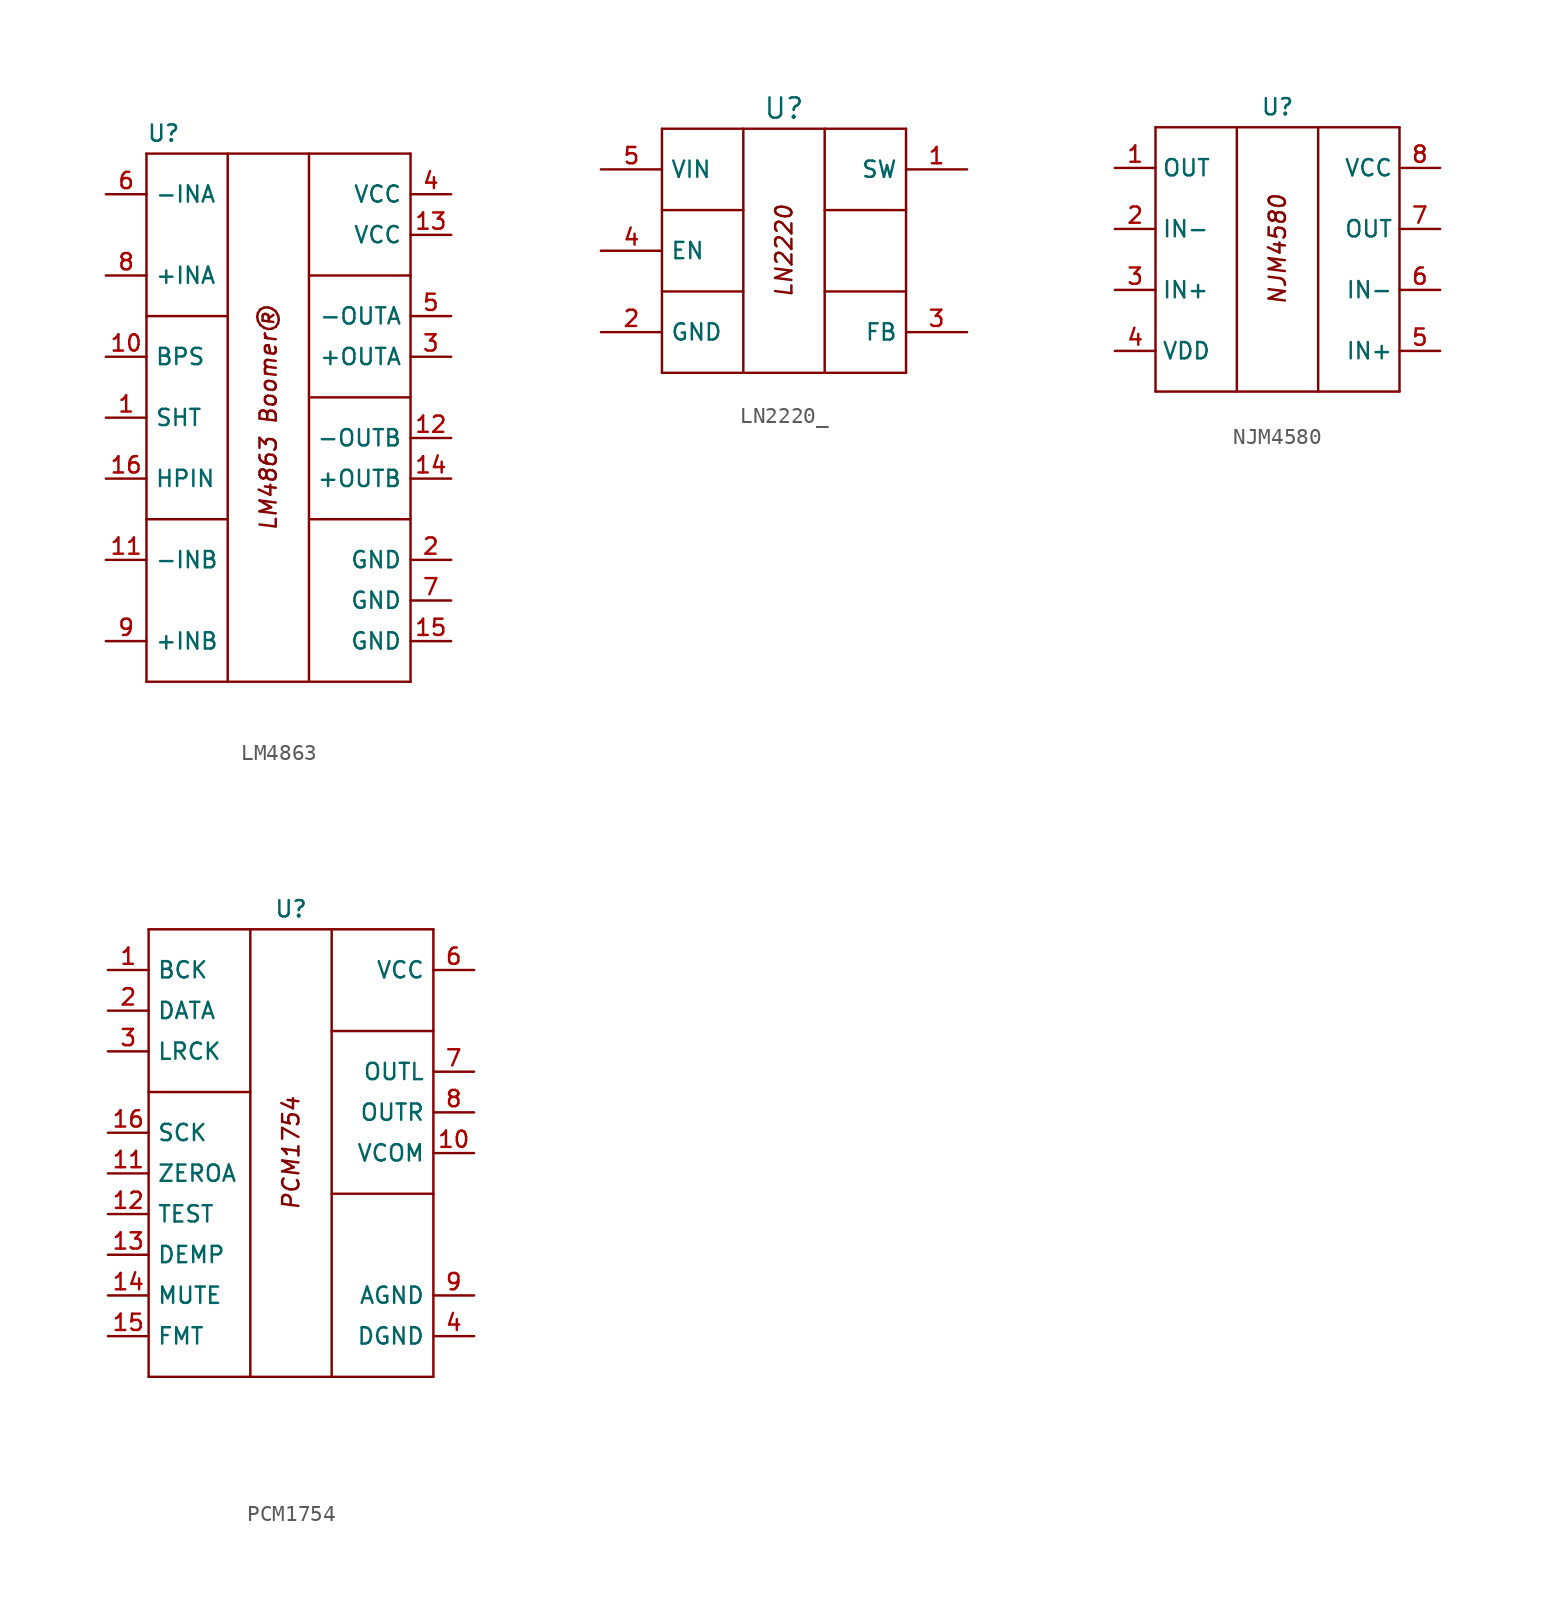
<source format=kicad_sym>
(kicad_symbol_lib
  (version 20220914)
  (generator kicad_symbol_editor)
  (symbol "LM4863"
    (property "Reference" "U"
      (at -7.62 19.05 0)
      (do_not_autoplace)
      (effects (font (size 1.016 1.016)) (justify left)))
    (symbol "LM4863_0_1"
      (polyline (pts (xy 8.89 -15.24) (xy -7.62 -15.24)) (stroke (width 0) (type default)) (fill (type none))))
    (symbol "LM4863_1_1"
      (polyline (pts (xy -7.62 -5.08) (xy -2.54 -5.08)) (stroke (width 0) (type default)) (fill (type none)))
      (polyline (pts (xy -7.62 7.62) (xy -2.54 7.62)) (stroke (width 0) (type default)) (fill (type none)))
      (polyline (pts (xy -7.62 17.78) (xy -7.62 -15.24)) (stroke (width 0) (type default)) (fill (type none)))
      (polyline (pts (xy -7.62 17.78) (xy 8.89 17.78)) (stroke (width 0) (type default)) (fill (type none)))
      (polyline (pts (xy -2.54 17.78) (xy -2.54 -15.24)) (stroke (width 0) (type default)) (fill (type none)))
      (polyline (pts (xy 2.54 -5.08) (xy 8.89 -5.08)) (stroke (width 0) (type default)) (fill (type none)))
      (polyline (pts (xy 2.54 2.54) (xy 8.89 2.54)) (stroke (width 0) (type default)) (fill (type none)))
      (polyline (pts (xy 2.54 10.16) (xy 8.89 10.16)) (stroke (width 0) (type default)) (fill (type none)))
      (polyline (pts (xy 2.54 17.78) (xy 2.54 -15.24)) (stroke (width 0) (type default)) (fill (type none)))
      (polyline (pts (xy 8.89 17.78) (xy 8.89 -15.24)) (stroke (width 0) (type default)) (fill (type none)))
      (text "LM4863 Boomer®" (at 0 1.27 900) (effects (font (size 1.016 1.016) italic)))
      (pin input line (at -10.16 1.27 0) (length 2.54) (name "SHT" (effects (font (size 1.016 1.016)))) (number "1" (effects (font (size 1.016 1.016)))) (alternate "Shutdown" input line))
      (pin passive line (at -10.16 5.08 0) (length 2.54) (name "BPS" (effects (font (size 1.016 1.016)))) (number "10" (effects (font (size 1.016 1.016)))) (alternate "Bypass" passive line))
      (pin input line (at -10.16 -7.62 0) (length 2.54) (name "-INB" (effects (font (size 1.016 1.016)))) (number "11" (effects (font (size 1.016 1.016)))))
      (pin output line (at 11.43 0 180) (length 2.54) (name "-OUTB" (effects (font (size 1.016 1.016)))) (number "12" (effects (font (size 1.016 1.016)))))
      (pin power_in line (at 11.43 12.7 180) (length 2.54) (name "VCC" (effects (font (size 1.016 1.016)))) (number "13" (effects (font (size 1.016 1.016)))))
      (pin power_in line (at 11.43 -2.54 180) (length 2.54) (name "+OUTB" (effects (font (size 1.016 1.016)))) (number "14" (effects (font (size 1.016 1.016)))))
      (pin passive line (at 11.43 -12.7 180) (length 2.54) (name "GND" (effects (font (size 1.016 1.016)))) (number "15" (effects (font (size 1.016 1.016)))))
      (pin passive line (at -10.16 -2.54 0) (length 2.54) (name "HPIN" (effects (font (size 1.016 1.016)))) (number "16" (effects (font (size 1.016 1.016)))))
      (pin passive line (at 11.43 -7.62 180) (length 2.54) (name "GND" (effects (font (size 1.016 1.016)))) (number "2" (effects (font (size 1.016 1.016)))))
      (pin power_out line (at 11.43 5.08 180) (length 2.54) (name "+OUTA" (effects (font (size 1.016 1.016)))) (number "3" (effects (font (size 1.016 1.016)))))
      (pin power_in line (at 11.43 15.24 180) (length 2.54) (name "VCC" (effects (font (size 1.016 1.016)))) (number "4" (effects (font (size 1.016 1.016)))))
      (pin output line (at 11.43 7.62 180) (length 2.54) (name "-OUTA" (effects (font (size 1.016 1.016)))) (number "5" (effects (font (size 1.016 1.016)))))
      (pin input line (at -10.16 15.24 0) (length 2.54) (name "-INA" (effects (font (size 1.016 1.016)))) (number "6" (effects (font (size 1.016 1.016)))))
      (pin passive line (at 11.43 -10.16 180) (length 2.54) (name "GND" (effects (font (size 1.016 1.016)))) (number "7" (effects (font (size 1.016 1.016)))))
      (pin input line (at -10.16 10.16 0) (length 2.54) (name "+INA" (effects (font (size 1.016 1.016)))) (number "8" (effects (font (size 1.016 1.016)))))
      (pin input line (at -10.16 -12.7 0) (length 2.54) (name "+INB" (effects (font (size 1.016 1.016)))) (number "9" (effects (font (size 1.016 1.016)))))))
  (symbol "LN2220_"
    (property "Reference" "U"
      (at 0 6.35 0)
      (effects (font (size 1.27 1.27))))
    (symbol "LN2220__0_1"
      (polyline (pts (xy -7.62 -10.16) (xy 7.62 -10.16)) (stroke (width 0) (type default)) (fill (type none)))
      (polyline (pts (xy -7.62 -5.08) (xy -2.54 -5.08)) (stroke (width 0) (type default)) (fill (type none)))
      (polyline (pts (xy -7.62 0) (xy -2.54 0)) (stroke (width 0) (type default)) (fill (type none)))
      (polyline (pts (xy -7.62 5.08) (xy -7.62 -10.16)) (stroke (width 0) (type default)) (fill (type none)))
      (polyline (pts (xy -7.62 5.08) (xy 7.62 5.08)) (stroke (width 0) (type default)) (fill (type none)))
      (polyline (pts (xy -2.54 5.08) (xy -2.54 -10.16)) (stroke (width 0) (type default)) (fill (type none)))
      (polyline (pts (xy 2.54 -5.08) (xy 7.62 -5.08)) (stroke (width 0) (type default)) (fill (type none)))
      (polyline (pts (xy 2.54 0) (xy 7.62 0)) (stroke (width 0) (type default)) (fill (type none)))
      (polyline (pts (xy 2.54 5.08) (xy 2.54 -10.16)) (stroke (width 0) (type default)) (fill (type none)))
      (polyline (pts (xy 7.62 5.08) (xy 7.62 -10.16)) (stroke (width 0) (type default)) (fill (type none))))
    (symbol "LN2220__1_1"
      (text "LN2220" (at 0 -2.54 900) (effects (font (size 1.016 1.016) italic)))
      (pin output line (at 11.43 2.54 180) (length 3.81) (name "SW" (effects (font (size 1.016 1.016)))) (number "1" (effects (font (size 1.016 1.016)))))
      (pin power_in line (at -11.43 -7.62 0) (length 3.81) (name "GND" (effects (font (size 1.016 1.016)))) (number "2" (effects (font (size 1.016 1.016)))))
      (pin input line (at 11.43 -7.62 180) (length 3.81) (name "FB" (effects (font (size 1.016 1.016)))) (number "3" (effects (font (size 1.016 1.016)))))
      (pin input line (at -11.43 -2.54 0) (length 3.81) (name "EN" (effects (font (size 1.016 1.016)))) (number "4" (effects (font (size 1.016 1.016)))))
      (pin input line (at -11.43 2.54 0) (length 3.81) (name "VIN" (effects (font (size 1.016 1.016)))) (number "5" (effects (font (size 1.016 1.016)))))
      (pin input line (at 11.43 -2.54 180) (length 3.81) hide (name "NC" (effects (font (size 1.016 1.016)))) (number "6" (effects (font (size 1.016 1.016)))))))
  (symbol "NJM4580"
    (pin_names
      (offset 0.381))
    (property "Reference" "U"
      (at 0 8.89 0)
      (effects (font (size 1.016 1.016))))
    (symbol "NJM4580_1_1"
      (polyline (pts (xy -7.62 -8.89) (xy 7.62 -8.89)) (stroke (width 0) (type default)) (fill (type none)))
      (polyline (pts (xy -7.62 7.62) (xy -7.62 -8.89)) (stroke (width 0) (type default)) (fill (type none)))
      (polyline (pts (xy -7.62 7.62) (xy 7.62 7.62)) (stroke (width 0) (type default)) (fill (type none)))
      (polyline (pts (xy -2.54 7.62) (xy -2.54 -8.89)) (stroke (width 0) (type default)) (fill (type none)))
      (polyline (pts (xy 2.54 7.62) (xy 2.54 -8.89)) (stroke (width 0) (type default)) (fill (type none)))
      (polyline (pts (xy 7.62 7.62) (xy 7.62 -8.89)) (stroke (width 0) (type default)) (fill (type none)))
      (text "NJM4580" (at 0 0 900) (effects (font (size 1.016 1.016) italic)))
      (pin output line (at -10.16 5.08 0) (length 2.54) (name "OUT" (effects (font (size 1.016 1.016)))) (number "1" (effects (font (size 1.016 1.016)))))
      (pin input line (at -10.16 1.27 0) (length 2.54) (name "IN-" (effects (font (size 1.016 1.016)))) (number "2" (effects (font (size 1.016 1.016)))))
      (pin input line (at -10.16 -2.54 0) (length 2.54) (name "IN+" (effects (font (size 1.016 1.016)))) (number "3" (effects (font (size 1.016 1.016)))))
      (pin power_in line (at -10.16 -6.35 0) (length 2.54) (name "VDD" (effects (font (size 1.016 1.016)))) (number "4" (effects (font (size 1.016 1.016)))))
      (pin output line (at 10.16 -6.35 180) (length 2.54) (name "IN+" (effects (font (size 1.016 1.016)))) (number "5" (effects (font (size 1.016 1.016)))))
      (pin input line (at 10.16 -2.54 180) (length 2.54) (name "IN-" (effects (font (size 1.016 1.016)))) (number "6" (effects (font (size 1.016 1.016)))))
      (pin output line (at 10.16 1.27 180) (length 2.54) (name "OUT" (effects (font (size 1.016 1.016)))) (number "7" (effects (font (size 1.016 1.016)))))
      (pin power_in line (at 10.16 5.08 180) (length 2.54) (name "VCC" (effects (font (size 1.016 1.016)))) (number "8" (effects (font (size 1.016 1.016)))))))
  (symbol "PCM1754"
    (property "Reference" "U"
      (at 0 15.24 0)
      (effects (font (size 1.016 1.016))))
    (symbol "PCM1754_0_1"
      (polyline (pts (xy -2.54 3.81) (xy -8.89 3.81)) (stroke (width 0) (type default)) (fill (type none)))
      (polyline (pts (xy 8.89 -2.54) (xy 2.54 -2.54)) (stroke (width 0) (type default)) (fill (type none)))
      (polyline (pts (xy 8.89 7.62) (xy 2.54 7.62)) (stroke (width 0) (type default)) (fill (type none))))
    (symbol "PCM1754_1_1"
      (polyline (pts (xy -8.89 -13.97) (xy 8.89 -13.97)) (stroke (width 0) (type default)) (fill (type none)))
      (polyline (pts (xy -8.89 13.97) (xy -8.89 -13.97)) (stroke (width 0) (type default)) (fill (type none)))
      (polyline (pts (xy -8.89 13.97) (xy 8.89 13.97)) (stroke (width 0) (type default)) (fill (type none)))
      (polyline (pts (xy -2.54 13.97) (xy -2.54 -13.97)) (stroke (width 0) (type default)) (fill (type none)))
      (polyline (pts (xy 2.54 13.97) (xy 2.54 -13.97)) (stroke (width 0) (type default)) (fill (type none)))
      (polyline (pts (xy 8.89 13.97) (xy 8.89 -13.97)) (stroke (width 0) (type default)) (fill (type none)))
      (text "PCM1754" (at 0 0 900) (effects (font (size 1.016 1.016) italic)))
      (pin input line (at -11.43 11.43 0) (length 2.54) (name "BCK" (effects (font (size 1.016 1.016)))) (number "1" (effects (font (size 1.016 1.016)))) (alternate "Audio-data bit-clock input" passive line))
      (pin passive line (at 11.43 0 180) (length 2.54) (name "VCOM" (effects (font (size 1.016 1.016)))) (number "10" (effects (font (size 1.016 1.016)))) (alternate "Common voltage decoupling" input line))
      (pin input line (at -11.43 -1.27 0) (length 2.54) (name "ZEROA" (effects (font (size 1.016 1.016)))) (number "11" (effects (font (size 1.016 1.016)))) (alternate "ZEROR" input line) (alternate "Zero Mute Control" input line) (alternate "Zero flag output for R-channel / Zero flag output for L-/R-channel. Open-drain output for PCM1755." input line))
      (pin input line (at -11.43 -3.81 0) (length 2.54) (name "TEST" (effects (font (size 1.016 1.016)))) (number "12" (effects (font (size 1.016 1.016)))) (alternate "NA" input line) (alternate "Test pin, ground or open" input line) (alternate "ZEROL" input line))
      (pin input line (at -11.43 -6.35 0) (length 2.54) (name "DEMP" (effects (font (size 1.016 1.016)))) (number "13" (effects (font (size 1.016 1.016)))) (alternate "DEMP On/Off" input line) (alternate "De-emphasis control" input line) (alternate "MD" input line))
      (pin input line (at -11.43 -8.89 0) (length 2.54) (name "MUTE" (effects (font (size 1.016 1.016)))) (number "14" (effects (font (size 1.016 1.016)))) (alternate "Analog mixing control" input line) (alternate "MC" input line) (alternate "MUTE On/Off" input line))
      (pin input line (at -11.43 -11.43 0) (length 2.54) (name "FMT" (effects (font (size 1.016 1.016)))) (number "15" (effects (font (size 1.016 1.016)))) (alternate "Data format select" input line) (alternate "Format" input line) (alternate "ML" input line))
      (pin input line (at -11.43 1.27 0) (length 2.54) (name "SCK" (effects (font (size 1.016 1.016)))) (number "16" (effects (font (size 1.016 1.016)))) (alternate "System Clock" input line) (alternate "System clock input" input line))
      (pin input line (at -11.43 8.89 0) (length 2.54) (name "DATA" (effects (font (size 1.016 1.016)))) (number "2" (effects (font (size 1.016 1.016)))) (alternate "Audio-data digital input" passive line))
      (pin input line (at -11.43 6.35 0) (length 2.54) (name "LRCK" (effects (font (size 1.016 1.016)))) (number "3" (effects (font (size 1.016 1.016)))) (alternate "L-channel and R-channel audio data latch enable input" power_in line))
      (pin power_in line (at 11.43 -11.43 180) (length 2.54) (name "DGND" (effects (font (size 1.016 1.016)))) (number "4" (effects (font (size 1.016 1.016)))) (alternate "Digital ground" power_in line))
      (pin passive line (at -2.54 -17.78 0) (length 2.54) hide (name "NC" (effects (font (size 1.016 1.016)))) (number "5" (effects (font (size 1.016 1.016)))))
      (pin power_in line (at 11.43 11.43 180) (length 2.54) (name "VCC" (effects (font (size 1.016 1.016)))) (number "6" (effects (font (size 1.016 1.016)))) (alternate "Analog power supply, 5 V" output line))
      (pin output line (at 11.43 5.08 180) (length 2.54) (name "OUTL" (effects (font (size 1.016 1.016)))) (number "7" (effects (font (size 1.016 1.016)))) (alternate "Analog output for L-channel" output line))
      (pin output line (at 11.43 2.54 180) (length 2.54) (name "OUTR" (effects (font (size 1.016 1.016)))) (number "8" (effects (font (size 1.016 1.016)))) (alternate "Analog output for R-channel" passive line))
      (pin power_in line (at 11.43 -8.89 180) (length 2.54) (name "AGND" (effects (font (size 1.016 1.016)))) (number "9" (effects (font (size 1.016 1.016)))) (alternate "Analog ground" power_in line)))))
</source>
